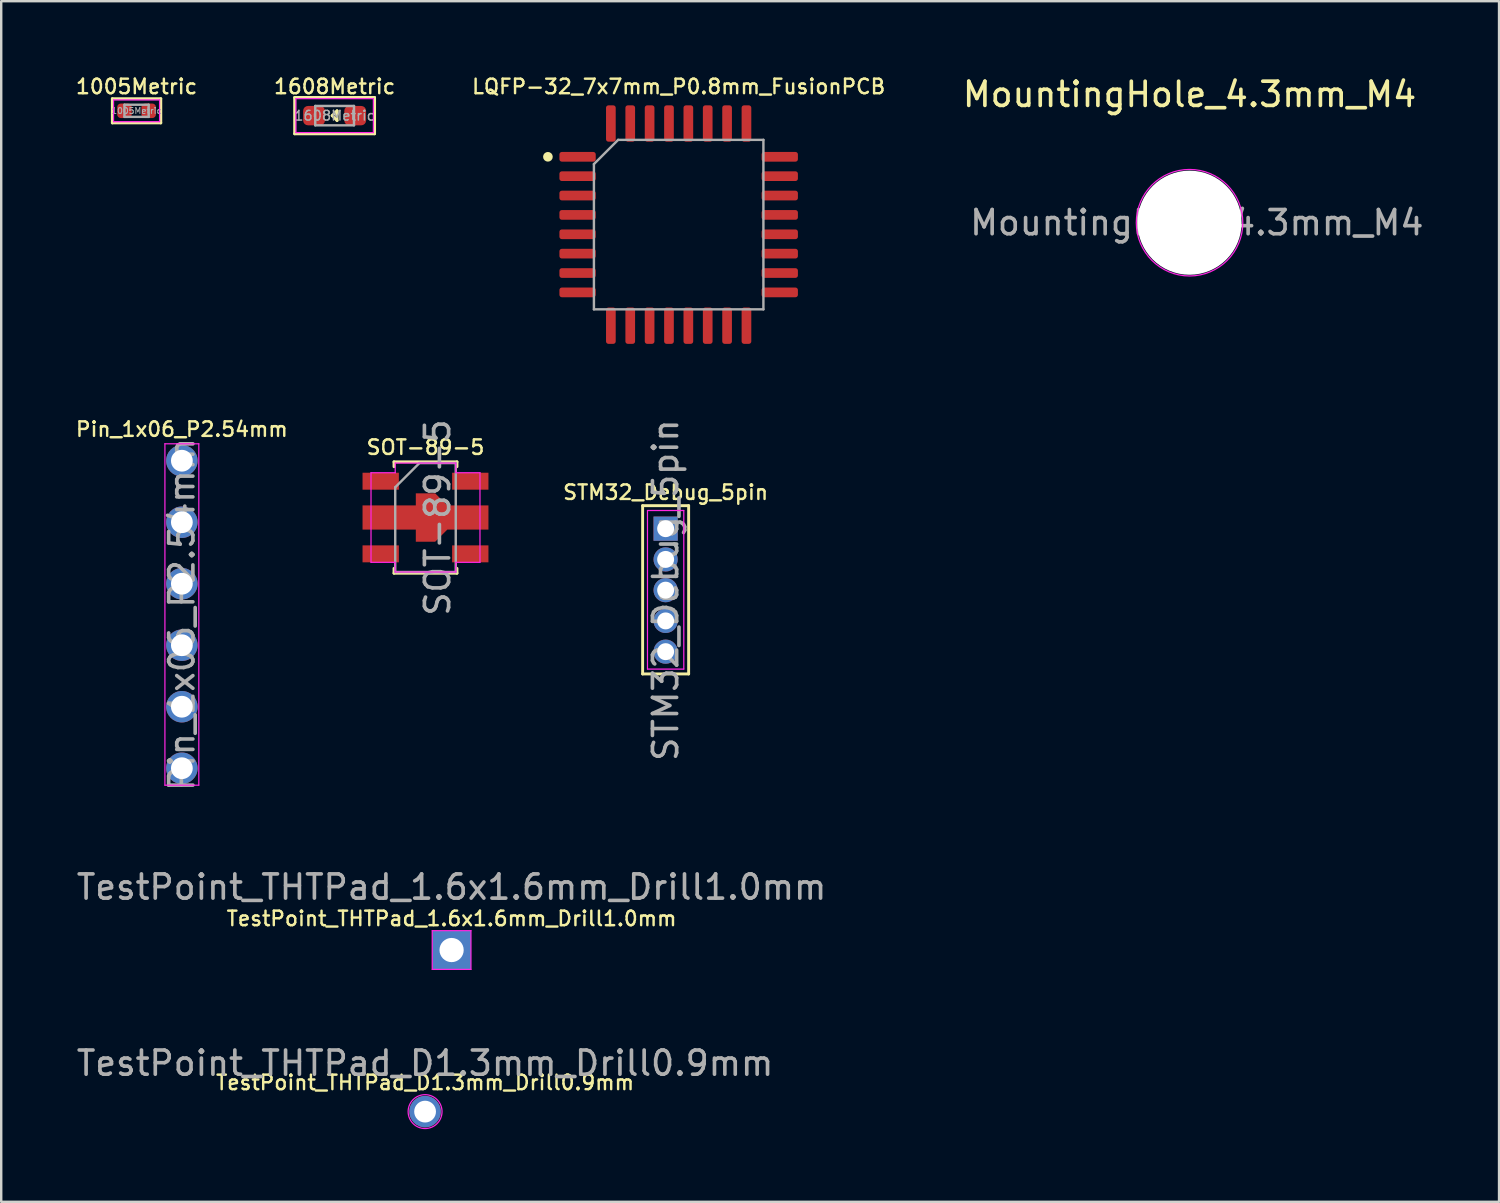
<source format=kicad_pcb>
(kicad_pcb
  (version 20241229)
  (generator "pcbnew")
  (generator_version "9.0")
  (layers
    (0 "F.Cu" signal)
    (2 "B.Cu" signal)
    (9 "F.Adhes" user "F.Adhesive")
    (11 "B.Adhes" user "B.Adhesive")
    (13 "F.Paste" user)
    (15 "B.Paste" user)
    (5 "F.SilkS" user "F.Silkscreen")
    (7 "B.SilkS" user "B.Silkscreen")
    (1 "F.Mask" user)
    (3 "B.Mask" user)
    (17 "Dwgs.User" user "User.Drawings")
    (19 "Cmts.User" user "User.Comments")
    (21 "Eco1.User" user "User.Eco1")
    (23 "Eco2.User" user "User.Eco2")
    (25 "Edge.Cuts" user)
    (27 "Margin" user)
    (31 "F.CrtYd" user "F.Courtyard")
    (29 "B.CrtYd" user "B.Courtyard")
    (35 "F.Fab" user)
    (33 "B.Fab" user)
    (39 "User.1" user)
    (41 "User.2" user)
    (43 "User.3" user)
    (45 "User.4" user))
  (footprint "MountingHole_4.3mm_M4"
    (layer "F.Cu")
    (at 46.079 6.148)
    (property "Reference" "MountingHole_4.3mm_M4" (at 0 -5.3 0) (layer "F.SilkS") (effects (font (size 1 1) (thickness 0.15))))
    (attr exclude_from_pos_files exclude_from_bom)
    (fp_circle (center 0 0) (end 2.2 0) (stroke (width 0.05) (type solid)) (fill no) (layer "F.CrtYd"))
    (fp_text user "${REFERENCE}" (at 0.3 0 0) (layer "F.Fab") (effects (font (size 1 1) (thickness 0.15))))
    (pad "" np_thru_hole circle (at 0 0) (size 4.3 4.3) (drill 4.3) (layers "*.Cu" "*.Mask")))
  (footprint "STM32_Debug_5pin"
    (layer "F.Cu")
    (at 24.441 18.784)
    (property "Reference" "STM32_Debug_5pin" (at 0 -1.5 0) (layer "F.SilkS") (effects (font (size 0.6 0.6) (thickness 0.1))))
    (attr through_hole)
    (fp_line (start -0.95 -0.95) (end -0.95 6) (stroke (width 0.12) (type solid)) (layer "F.SilkS"))
    (fp_line (start -0.95 -0.95) (end 0.95 -0.95) (stroke (width 0.12) (type solid)) (layer "F.SilkS"))
    (fp_line (start -0.95 6) (end 0.95 6) (stroke (width 0.12) (type solid)) (layer "F.SilkS"))
    (fp_line (start 0.95 -0.95) (end 0.95 6) (stroke (width 0.12) (type solid)) (layer "F.SilkS"))
    (fp_line (start -0.75 -0.75) (end -0.75 5.8) (stroke (width 0.05) (type solid)) (layer "F.CrtYd"))
    (fp_line (start -0.75 5.8) (end 0.75 5.8) (stroke (width 0.05) (type solid)) (layer "F.CrtYd"))
    (fp_line (start 0.75 -0.75) (end -0.75 -0.75) (stroke (width 0.05) (type solid)) (layer "F.CrtYd"))
    (fp_line (start 0.75 5.8) (end 0.75 -0.75) (stroke (width 0.05) (type solid)) (layer "F.CrtYd"))
    (fp_text user "${REFERENCE}" (at 0 2.54 90) (layer "F.Fab") (effects (font (size 1 1) (thickness 0.15))))
    (pad "1" thru_hole rect (at 0 0) (size 1 1) (drill 0.7) (layers "*.Cu" "*.Mask"))
    (pad "2" thru_hole oval (at 0 1.27) (size 1 1) (drill 0.7) (layers "*.Cu" "*.Mask"))
    (pad "3" thru_hole oval (at 0 2.54) (size 1 1) (drill 0.7) (layers "*.Cu" "*.Mask"))
    (pad "4" thru_hole oval (at 0 3.81) (size 1 1) (drill 0.7) (layers "*.Cu" "*.Mask"))
    (pad "5" thru_hole oval (at 0 5.08) (size 1 1) (drill 0.7) (layers "*.Cu" "*.Mask")))
  (footprint "TestPoint_THTPad_D1.3mm_Drill0.9mm"
    (layer "F.Cu")
    (at 14.506 42.86)
    (property "Reference" "TestPoint_THTPad_D1.3mm_Drill0.9mm" (at 0 -1.2 0) (layer "F.SilkS") (effects (font (size 0.6 0.6) (thickness 0.1))))
    (attr exclude_from_pos_files exclude_from_bom)
    (fp_circle (center 0 0) (end 0.7 0) (stroke (width 0.05) (type solid)) (fill no) (layer "F.CrtYd"))
    (fp_text user "${REFERENCE}" (at 0 -2 0) (layer "F.Fab") (effects (font (size 1 1) (thickness 0.15))))
    (pad "1" thru_hole circle (at 0 0) (size 1.3 1.3) (drill 0.9) (layers "*.Cu" "*.Mask")))
  (footprint "LQFP-32_7x7mm_P0.8mm_FusionPCB"
    (layer "F.Cu")
    (at 24.979 6.226)
    (property "Reference" "LQFP-32_7x7mm_P0.8mm_FusionPCB" (at 0 -5.7 0) (layer "F.SilkS") (effects (font (size 0.6 0.6) (thickness 0.1))))
    (attr smd)
    (fp_circle (center -5.4 -2.8) (end -5.3 -2.8) (stroke (width 0.2) (type solid)) (fill no) (layer "F.SilkS"))
    (fp_line (start -3.5 -2.5) (end -2.5 -3.5) (stroke (width 0.1) (type solid)) (layer "F.Fab"))
    (fp_line (start -3.5 3.5) (end -3.5 -2.5) (stroke (width 0.1) (type solid)) (layer "F.Fab"))
    (fp_line (start -2.5 -3.5) (end 3.5 -3.5) (stroke (width 0.1) (type solid)) (layer "F.Fab"))
    (fp_line (start 3.5 -3.5) (end 3.5 3.5) (stroke (width 0.1) (type solid)) (layer "F.Fab"))
    (fp_line (start 3.5 3.5) (end -3.5 3.5) (stroke (width 0.1) (type solid)) (layer "F.Fab"))
    (pad "1" smd roundrect (at -4.175 -2.8) (size 1.5 0.4) (layers "F.Cu" "F.Mask" "F.Paste") (roundrect_rratio 0.25))
    (pad "2" smd roundrect (at -4.175 -2) (size 1.5 0.4) (layers "F.Cu" "F.Mask" "F.Paste") (roundrect_rratio 0.25))
    (pad "3" smd roundrect (at -4.175 -1.2) (size 1.5 0.4) (layers "F.Cu" "F.Mask" "F.Paste") (roundrect_rratio 0.25))
    (pad "4" smd roundrect (at -4.175 -0.4) (size 1.5 0.4) (layers "F.Cu" "F.Mask" "F.Paste") (roundrect_rratio 0.25))
    (pad "5" smd roundrect (at -4.175 0.4) (size 1.5 0.4) (layers "F.Cu" "F.Mask" "F.Paste") (roundrect_rratio 0.25))
    (pad "6" smd roundrect (at -4.175 1.2) (size 1.5 0.4) (layers "F.Cu" "F.Mask" "F.Paste") (roundrect_rratio 0.25))
    (pad "7" smd roundrect (at -4.175 2) (size 1.5 0.4) (layers "F.Cu" "F.Mask" "F.Paste") (roundrect_rratio 0.25))
    (pad "8" smd roundrect (at -4.175 2.8) (size 1.5 0.4) (layers "F.Cu" "F.Mask" "F.Paste") (roundrect_rratio 0.25))
    (pad "9" smd roundrect (at -2.8 4.175) (size 0.4 1.5) (layers "F.Cu" "F.Mask" "F.Paste") (roundrect_rratio 0.25))
    (pad "10" smd roundrect (at -2 4.175) (size 0.4 1.5) (layers "F.Cu" "F.Mask" "F.Paste") (roundrect_rratio 0.25))
    (pad "11" smd roundrect (at -1.2 4.175) (size 0.4 1.5) (layers "F.Cu" "F.Mask" "F.Paste") (roundrect_rratio 0.25))
    (pad "12" smd roundrect (at -0.4 4.175) (size 0.4 1.5) (layers "F.Cu" "F.Mask" "F.Paste") (roundrect_rratio 0.25))
    (pad "13" smd roundrect (at 0.4 4.175) (size 0.4 1.5) (layers "F.Cu" "F.Mask" "F.Paste") (roundrect_rratio 0.25))
    (pad "14" smd roundrect (at 1.2 4.175) (size 0.4 1.5) (layers "F.Cu" "F.Mask" "F.Paste") (roundrect_rratio 0.25))
    (pad "15" smd roundrect (at 2 4.175) (size 0.4 1.5) (layers "F.Cu" "F.Mask" "F.Paste") (roundrect_rratio 0.25))
    (pad "16" smd roundrect (at 2.8 4.175) (size 0.4 1.5) (layers "F.Cu" "F.Mask" "F.Paste") (roundrect_rratio 0.25))
    (pad "17" smd roundrect (at 4.175 2.8) (size 1.5 0.4) (layers "F.Cu" "F.Mask" "F.Paste") (roundrect_rratio 0.25))
    (pad "18" smd roundrect (at 4.175 2) (size 1.5 0.4) (layers "F.Cu" "F.Mask" "F.Paste") (roundrect_rratio 0.25))
    (pad "19" smd roundrect (at 4.175 1.2) (size 1.5 0.4) (layers "F.Cu" "F.Mask" "F.Paste") (roundrect_rratio 0.25))
    (pad "20" smd roundrect (at 4.175 0.4) (size 1.5 0.4) (layers "F.Cu" "F.Mask" "F.Paste") (roundrect_rratio 0.25))
    (pad "21" smd roundrect (at 4.175 -0.4) (size 1.5 0.4) (layers "F.Cu" "F.Mask" "F.Paste") (roundrect_rratio 0.25))
    (pad "22" smd roundrect (at 4.175 -1.2) (size 1.5 0.4) (layers "F.Cu" "F.Mask" "F.Paste") (roundrect_rratio 0.25))
    (pad "23" smd roundrect (at 4.175 -2) (size 1.5 0.4) (layers "F.Cu" "F.Mask" "F.Paste") (roundrect_rratio 0.25))
    (pad "24" smd roundrect (at 4.175 -2.8) (size 1.5 0.4) (layers "F.Cu" "F.Mask" "F.Paste") (roundrect_rratio 0.25))
    (pad "25" smd roundrect (at 2.8 -4.175) (size 0.4 1.5) (layers "F.Cu" "F.Mask" "F.Paste") (roundrect_rratio 0.25))
    (pad "26" smd roundrect (at 2 -4.175) (size 0.4 1.5) (layers "F.Cu" "F.Mask" "F.Paste") (roundrect_rratio 0.25))
    (pad "27" smd roundrect (at 1.2 -4.175) (size 0.4 1.5) (layers "F.Cu" "F.Mask" "F.Paste") (roundrect_rratio 0.25))
    (pad "28" smd roundrect (at 0.4 -4.175) (size 0.4 1.5) (layers "F.Cu" "F.Mask" "F.Paste") (roundrect_rratio 0.25))
    (pad "29" smd roundrect (at -0.4 -4.175) (size 0.4 1.5) (layers "F.Cu" "F.Mask" "F.Paste") (roundrect_rratio 0.25))
    (pad "30" smd roundrect (at -1.2 -4.175) (size 0.4 1.5) (layers "F.Cu" "F.Mask" "F.Paste") (roundrect_rratio 0.25))
    (pad "31" smd roundrect (at -2 -4.175) (size 0.4 1.5) (layers "F.Cu" "F.Mask" "F.Paste") (roundrect_rratio 0.25))
    (pad "32" smd roundrect (at -2.8 -4.175) (size 0.4 1.5) (layers "F.Cu" "F.Mask" "F.Paste") (roundrect_rratio 0.25)))
  (footprint "SOT-89-5"
    (layer "F.Cu")
    (at 14.523 18.324)
    (property "Reference" "SOT-89-5" (at 0 -2.9 0) (layer "F.SilkS") (effects (font (size 0.6 0.6) (thickness 0.1))))
    (attr smd)
    (fp_line (start -1.3 -2.3) (end 1.3 -2.3) (stroke (width 0.12) (type solid)) (layer "F.SilkS"))
    (fp_line (start -1.3 -2.1) (end -1.3 -2.3) (stroke (width 0.12) (type solid)) (layer "F.SilkS"))
    (fp_line (start -1.3 2.1) (end -1.3 2.3) (stroke (width 0.12) (type solid)) (layer "F.SilkS"))
    (fp_line (start -1.3 2.3) (end 1.3 2.3) (stroke (width 0.12) (type solid)) (layer "F.SilkS"))
    (fp_line (start 1.3 -2.3) (end 1.3 -2.1) (stroke (width 0.12) (type solid)) (layer "F.SilkS"))
    (fp_line (start 1.3 2.3) (end 1.3 2.1) (stroke (width 0.12) (type solid)) (layer "F.SilkS"))
    (fp_line (start -2.25 1.85) (end -2.25 -1.85) (stroke (width 0.05) (type solid)) (layer "F.CrtYd"))
    (fp_line (start -1.25 -1.85) (end -2.25 -1.85) (stroke (width 0.05) (type solid)) (layer "F.CrtYd"))
    (fp_line (start -1.25 -1.85) (end -1.25 -2.25) (stroke (width 0.05) (type solid)) (layer "F.CrtYd"))
    (fp_line (start -1.25 1.85) (end -2.25 1.85) (stroke (width 0.05) (type solid)) (layer "F.CrtYd"))
    (fp_line (start -1.25 2.25) (end -1.25 1.85) (stroke (width 0.05) (type solid)) (layer "F.CrtYd"))
    (fp_line (start -1.25 2.25) (end 1.25 2.25) (stroke (width 0.05) (type solid)) (layer "F.CrtYd"))
    (fp_line (start 1.25 -2.25) (end -1.25 -2.25) (stroke (width 0.05) (type solid)) (layer "F.CrtYd"))
    (fp_line (start 1.25 -1.85) (end 1.25 -2.25) (stroke (width 0.05) (type solid)) (layer "F.CrtYd"))
    (fp_line (start 1.25 2.25) (end 1.25 1.85) (stroke (width 0.05) (type solid)) (layer "F.CrtYd"))
    (fp_line (start 2.25 -1.85) (end 1.25 -1.85) (stroke (width 0.05) (type solid)) (layer "F.CrtYd"))
    (fp_line (start 2.25 -1.85) (end 2.25 1.85) (stroke (width 0.05) (type solid)) (layer "F.CrtYd"))
    (fp_line (start 2.25 1.85) (end 1.25 1.85) (stroke (width 0.05) (type solid)) (layer "F.CrtYd"))
    (fp_line (start -1.25 -1.25) (end -0.25 -2.25) (stroke (width 0.1) (type solid)) (layer "F.Fab"))
    (fp_line (start -1.25 2.25) (end -1.25 -1.25) (stroke (width 0.1) (type solid)) (layer "F.Fab"))
    (fp_line (start -0.25 -2.25) (end 1.25 -2.25) (stroke (width 0.1) (type solid)) (layer "F.Fab"))
    (fp_line (start 1.25 -2.25) (end 1.25 2.25) (stroke (width 0.1) (type solid)) (layer "F.Fab"))
    (fp_line (start 1.25 2.25) (end -1.25 2.25) (stroke (width 0.1) (type solid)) (layer "F.Fab"))
    (fp_text user "${REFERENCE}" (at 0.5 0 90) (layer "F.Fab") (effects (font (size 1 1) (thickness 0.15))))
    (pad "1" smd rect (at -1.85 -1.5) (size 1.5 0.7) (layers "F.Cu" "F.Mask" "F.Paste"))
    (pad "2" smd custom (at 0 0) (size 0.8 2) (layers "F.Cu" "F.Mask" "F.Paste") (options (anchor rect)) (primitives (gr_poly (pts (xy -2.6 -0.5) (xy -0.4 -0.5) (xy -0.4 -1) (xy 0.4 -1) (xy 0.9 -0.5) (xy 2.6 -0.5) (xy 2.6 0.5) (xy 0.9 0.5) (xy 0.4 1) (xy -0.4 1) (xy -0.4 0.5) (xy -2.6 0.5)) (width 0) (fill yes))))
    (pad "3" smd rect (at -1.85 1.5) (size 1.5 0.7) (layers "F.Cu" "F.Mask" "F.Paste"))
    (pad "4" smd rect (at 1.85 1.5) (size 1.5 0.7) (layers "F.Cu" "F.Mask" "F.Paste"))
    (pad "5" smd rect (at 1.85 -1.5) (size 1.5 0.7) (layers "F.Cu" "F.Mask" "F.Paste")))
  (footprint "1608Metric"
    (layer "F.Cu")
    (at 10.77 1.726)
    (property "Reference" "1608Metric" (at 0 -1.2 0) (layer "F.SilkS") (effects (font (size 0.6 0.6) (thickness 0.1))))
    (attr smd)
    (fp_line (start -1.65 -0.75) (end -1.65 0.75) (stroke (width 0.12) (type solid)) (layer "F.SilkS"))
    (fp_line (start -1.65 -0.75) (end 1.65 -0.75) (stroke (width 0.12) (type solid)) (layer "F.SilkS"))
    (fp_line (start -1.65 0.75) (end 1.65 0.75) (stroke (width 0.12) (type solid)) (layer "F.SilkS"))
    (fp_line (start -0.1 0) (end 0.1 -0.2) (stroke (width 0.12) (type solid)) (layer "F.SilkS"))
    (fp_line (start 0.1 -0.2) (end 0.1 0.2) (stroke (width 0.12) (type solid)) (layer "F.SilkS"))
    (fp_line (start 0.1 0.2) (end -0.1 0) (stroke (width 0.12) (type solid)) (layer "F.SilkS"))
    (fp_line (start 1.65 -0.75) (end 1.65 0.75) (stroke (width 0.12) (type solid)) (layer "F.SilkS"))
    (fp_line (start -1.6 -0.7) (end 1.6 -0.7) (stroke (width 0.05) (type solid)) (layer "F.CrtYd"))
    (fp_line (start -1.6 0.7) (end -1.6 -0.7) (stroke (width 0.05) (type solid)) (layer "F.CrtYd"))
    (fp_line (start 1.6 -0.7) (end 1.6 0.7) (stroke (width 0.05) (type solid)) (layer "F.CrtYd"))
    (fp_line (start 1.6 0.7) (end -1.6 0.7) (stroke (width 0.05) (type solid)) (layer "F.CrtYd"))
    (fp_line (start -0.8 -0.4) (end 0.8 -0.4) (stroke (width 0.1) (type solid)) (layer "F.Fab"))
    (fp_line (start -0.8 0.4) (end -0.8 -0.4) (stroke (width 0.1) (type solid)) (layer "F.Fab"))
    (fp_line (start 0.8 -0.4) (end 0.8 0.4) (stroke (width 0.1) (type solid)) (layer "F.Fab"))
    (fp_line (start 0.8 0.4) (end -0.8 0.4) (stroke (width 0.1) (type solid)) (layer "F.Fab"))
    (fp_text user "${REFERENCE}" (at 0 0 0) (layer "F.Fab") (effects (font (size 0.4 0.4) (thickness 0.06))))
    (pad "1" smd roundrect (at -0.85 0) (size 0.9 0.8) (layers "F.Cu" "F.Mask" "F.Paste") (roundrect_rratio 0.25))
    (pad "2" smd roundrect (at 0.85 0) (size 0.9 0.8) (layers "F.Cu" "F.Mask" "F.Paste") (roundrect_rratio 0.25)))
  (footprint "TestPoint_THTPad_1.6x1.6mm_Drill1.0mm"
    (layer "F.Cu")
    (at 15.601 36.187)
    (property "Reference" "TestPoint_THTPad_1.6x1.6mm_Drill1.0mm" (at 0 -1.3 0) (layer "F.SilkS") (effects (font (size 0.6 0.6) (thickness 0.1))))
    (attr exclude_from_pos_files exclude_from_bom)
    (fp_line (start -0.8 -0.8) (end -0.8 0.8) (stroke (width 0.05) (type solid)) (layer "F.CrtYd"))
    (fp_line (start -0.8 -0.8) (end 0.8 -0.8) (stroke (width 0.05) (type solid)) (layer "F.CrtYd"))
    (fp_line (start 0.8 0.8) (end -0.8 0.8) (stroke (width 0.05) (type solid)) (layer "F.CrtYd"))
    (fp_line (start 0.8 0.8) (end 0.8 -0.8) (stroke (width 0.05) (type solid)) (layer "F.CrtYd"))
    (fp_text user "${REFERENCE}" (at 0 -2.6 0) (layer "F.Fab") (effects (font (size 1 1) (thickness 0.15))))
    (pad "1" thru_hole rect (at 0 0) (size 1.6 1.6) (drill 1) (layers "*.Cu" "*.Mask")))
  (footprint "1005Metric"
    (layer "F.Cu")
    (at 2.59 1.526)
    (property "Reference" "1005Metric" (at 0 -1 0) (layer "F.SilkS") (effects (font (size 0.6 0.6) (thickness 0.1))))
    (attr smd)
    (fp_line (start -1 -0.5) (end 1 -0.5) (stroke (width 0.12) (type solid)) (layer "F.SilkS"))
    (fp_line (start -1 0.5) (end -1 -0.5) (stroke (width 0.12) (type solid)) (layer "F.SilkS"))
    (fp_line (start -1 0.5) (end 1 0.5) (stroke (width 0.12) (type solid)) (layer "F.SilkS"))
    (fp_line (start 1 0.5) (end 1 -0.5) (stroke (width 0.12) (type solid)) (layer "F.SilkS"))
    (fp_line (start -0.95 -0.45) (end 0.95 -0.45) (stroke (width 0.05) (type solid)) (layer "F.CrtYd"))
    (fp_line (start -0.95 0.45) (end -0.95 -0.45) (stroke (width 0.05) (type solid)) (layer "F.CrtYd"))
    (fp_line (start 0.95 -0.45) (end 0.95 0.45) (stroke (width 0.05) (type solid)) (layer "F.CrtYd"))
    (fp_line (start 0.95 0.45) (end -0.95 0.45) (stroke (width 0.05) (type solid)) (layer "F.CrtYd"))
    (fp_line (start -0.5 -0.25) (end 0.5 -0.25) (stroke (width 0.1) (type solid)) (layer "F.Fab"))
    (fp_line (start -0.5 0.25) (end -0.5 -0.25) (stroke (width 0.1) (type solid)) (layer "F.Fab"))
    (fp_line (start 0.5 -0.25) (end 0.5 0.25) (stroke (width 0.1) (type solid)) (layer "F.Fab"))
    (fp_line (start 0.5 0.25) (end -0.5 0.25) (stroke (width 0.1) (type solid)) (layer "F.Fab"))
    (fp_text user "${REFERENCE}" (at 0 0 0) (layer "F.Fab") (effects (font (size 0.25 0.25) (thickness 0.04))))
    (pad "1" smd roundrect (at -0.5 0) (size 0.6 0.6) (layers "F.Cu" "F.Mask" "F.Paste") (roundrect_rratio 0.25))
    (pad "2" smd roundrect (at 0.5 0) (size 0.6 0.6) (layers "F.Cu" "F.Mask" "F.Paste") (roundrect_rratio 0.25)))
  (footprint "Pin_1x06_P2.54mm"
    (layer "F.Cu")
    (at 4.461 15.978)
    (property "Reference" "Pin_1x06_P2.54mm" (at 0 -1.3 0) (layer "F.SilkS") (effects (font (size 0.6 0.6) (thickness 0.1))))
    (attr through_hole)
    (fp_line (start -0.7 -0.7) (end 0.7 -0.7) (stroke (width 0.05) (type solid)) (layer "F.CrtYd"))
    (fp_line (start -0.7 13.4) (end -0.7 -0.7) (stroke (width 0.05) (type solid)) (layer "F.CrtYd"))
    (fp_line (start 0.7 -0.7) (end 0.7 13.4) (stroke (width 0.05) (type solid)) (layer "F.CrtYd"))
    (fp_line (start 0.7 13.4) (end -0.7 13.4) (stroke (width 0.05) (type solid)) (layer "F.CrtYd"))
    (fp_text user "${REFERENCE}" (at 0 6.35 90) (layer "F.Fab") (effects (font (size 1 1) (thickness 0.15))))
    (pad "1" thru_hole circle (at 0 0) (size 1.3 1.3) (drill 0.9) (layers "*.Cu" "*.Mask"))
    (pad "2" thru_hole oval (at 0 2.54) (size 1.3 1.3) (drill 0.9) (layers "*.Cu" "*.Mask"))
    (pad "3" thru_hole oval (at 0 5.08) (size 1.3 1.3) (drill 0.9) (layers "*.Cu" "*.Mask"))
    (pad "4" thru_hole oval (at 0 7.62) (size 1.3 1.3) (drill 0.9) (layers "*.Cu" "*.Mask"))
    (pad "5" thru_hole oval (at 0 10.16) (size 1.3 1.3) (drill 0.9) (layers "*.Cu" "*.Mask"))
    (pad "6" thru_hole oval (at 0 12.7) (size 1.3 1.3) (drill 0.9) (layers "*.Cu" "*.Mask")))
  (gr_rect
    (start -3 -3)
    (end 58.861 46.585)
    (stroke (width 0.1) (type default))
    (fill no)
    (layer "Edge.Cuts")))
</source>
